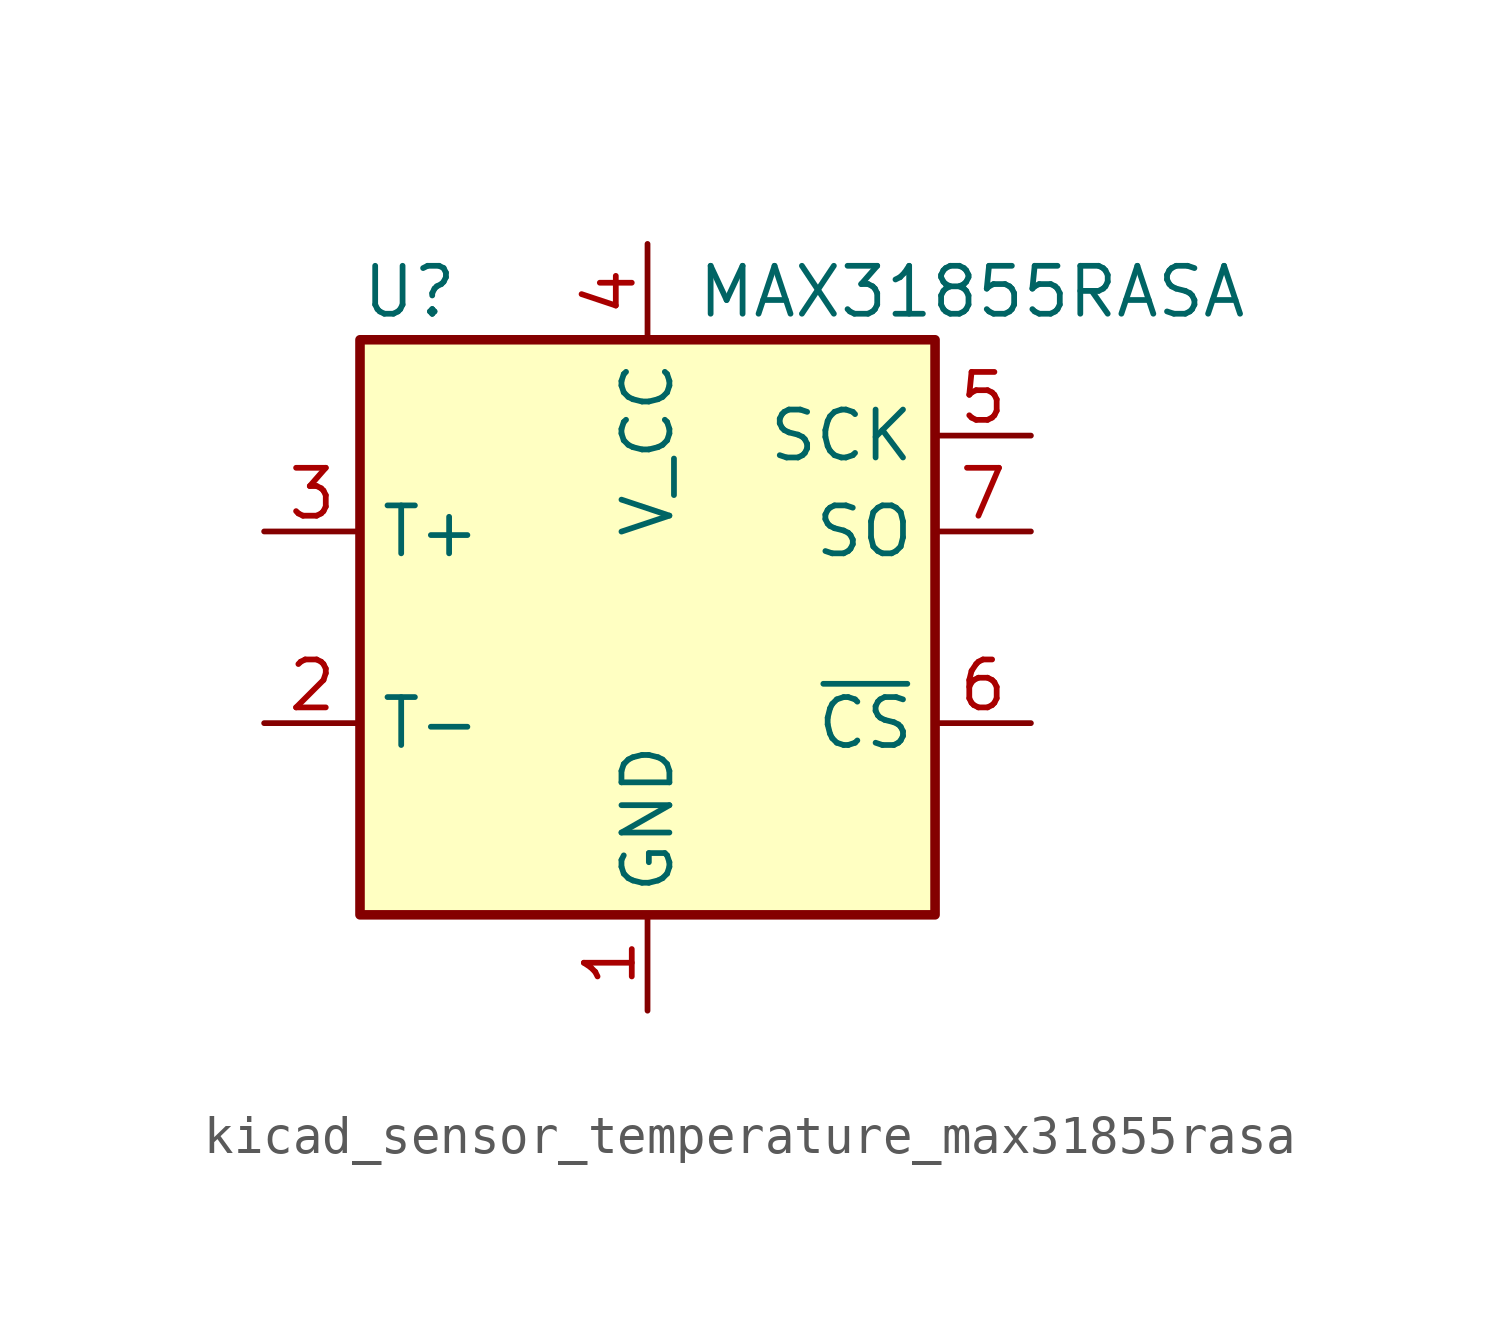
<source format=kicad_sym>
(kicad_symbol_lib
  (version 20220914)
  (generator kicad_symbol_editor)
  (symbol "kicad_sensor_temperature_max31855rasa"
    (property "Reference" "U"
      (at -7.62 8.89 0)
      (effects (font (size 1.27 1.27)) (justify left)))
    (property "Value" "MAX31855RASA"
      (at 1.27 8.89 0)
      (effects (font (size 1.27 1.27)) (justify left)))
    (symbol "kicad_sensor_temperature_max31855rasa_0_1"
      (rectangle (start -7.62 7.62) (end 7.62 -7.62) (stroke (width 0.254) (type default)) (fill (type background))))
    (symbol "kicad_sensor_temperature_max31855rasa_1_1"
      (pin power_in line (at 0 -10.16 90) (length 2.54) (name "GND" (effects (font (size 1.27 1.27)))) (number "1" (effects (font (size 1.27 1.27)))))
      (pin passive line (at -10.16 -2.54 0) (length 2.54) (name "T-" (effects (font (size 1.27 1.27)))) (number "2" (effects (font (size 1.27 1.27)))))
      (pin passive line (at -10.16 2.54 0) (length 2.54) (name "T+" (effects (font (size 1.27 1.27)))) (number "3" (effects (font (size 1.27 1.27)))))
      (pin power_in line (at 0 10.16 270) (length 2.54) (name "V_CC" (effects (font (size 1.27 1.27)))) (number "4" (effects (font (size 1.27 1.27)))))
      (pin input line (at 10.16 5.08 180) (length 2.54) (name "SCK" (effects (font (size 1.27 1.27)))) (number "5" (effects (font (size 1.27 1.27)))))
      (pin input line (at 10.16 -2.54 180) (length 2.54) (name "~{CS}" (effects (font (size 1.27 1.27)))) (number "6" (effects (font (size 1.27 1.27)))))
      (pin tri_state line (at 10.16 2.54 180) (length 2.54) (name "SO" (effects (font (size 1.27 1.27)))) (number "7" (effects (font (size 1.27 1.27))))))))
</source>
